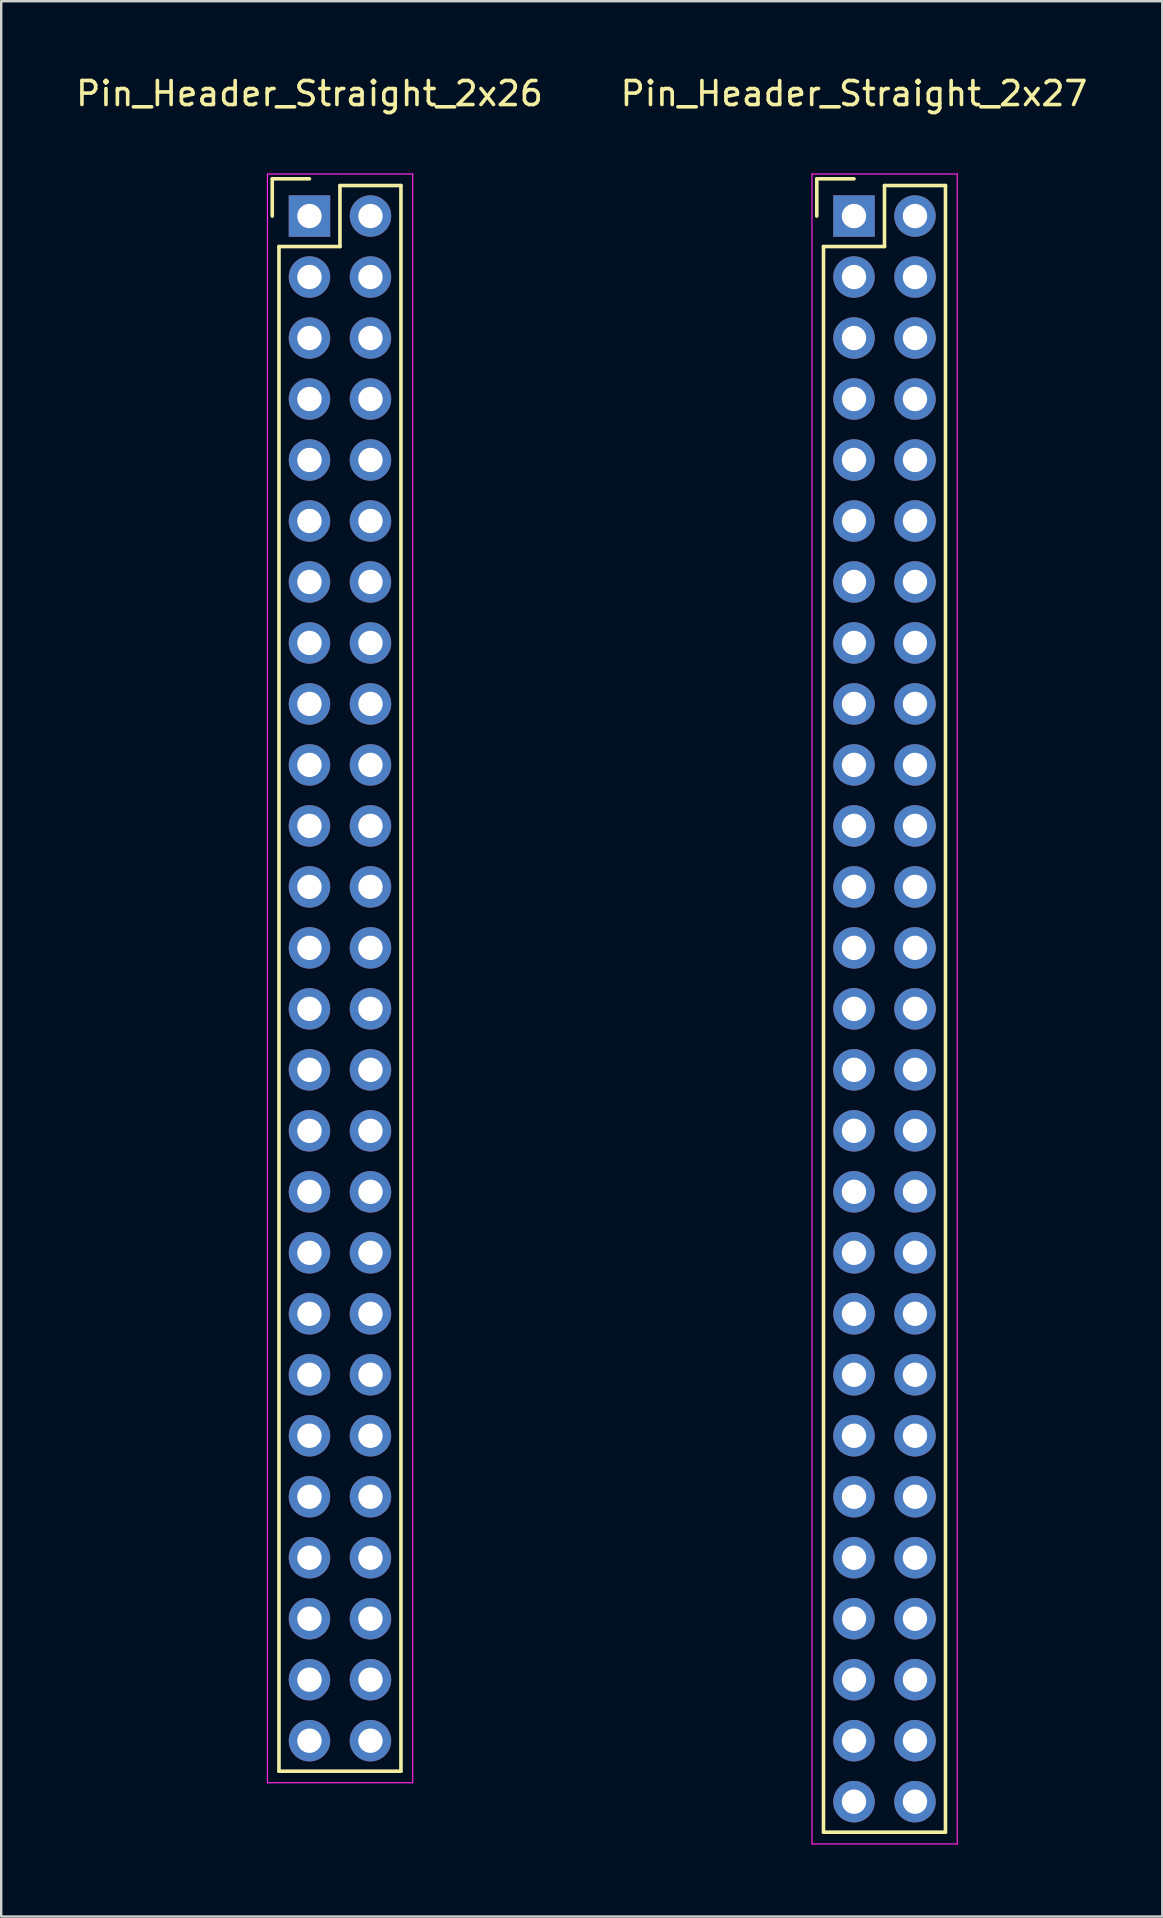
<source format=kicad_pcb>
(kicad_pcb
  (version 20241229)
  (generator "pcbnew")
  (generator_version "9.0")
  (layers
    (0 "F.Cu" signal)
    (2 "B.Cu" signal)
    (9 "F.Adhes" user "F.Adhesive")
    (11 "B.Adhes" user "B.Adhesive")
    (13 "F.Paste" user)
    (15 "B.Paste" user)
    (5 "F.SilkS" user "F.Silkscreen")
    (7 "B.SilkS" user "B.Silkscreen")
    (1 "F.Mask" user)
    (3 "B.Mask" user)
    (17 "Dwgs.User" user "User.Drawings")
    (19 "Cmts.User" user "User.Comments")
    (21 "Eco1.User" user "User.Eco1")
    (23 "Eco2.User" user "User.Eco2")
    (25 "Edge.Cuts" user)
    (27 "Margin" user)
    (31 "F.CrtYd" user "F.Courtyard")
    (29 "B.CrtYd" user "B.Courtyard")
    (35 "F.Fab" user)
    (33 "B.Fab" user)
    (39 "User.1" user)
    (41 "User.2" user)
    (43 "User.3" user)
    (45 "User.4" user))
  (footprint "Pin_Header_Straight_2x26"
    (layer "F.Cu")
    (at 9.839 5.948)
    (property "Reference" "Pin_Header_Straight_2x26" (at 0 -5.1 0) (layer "F.SilkS") (effects (font (size 1 1) (thickness 0.15))))
    (attr through_hole)
    (fp_line (start -1.55 -1.55) (end -1.55 0) (stroke (width 0.15) (type solid)) (layer "F.SilkS"))
    (fp_line (start -1.27 64.77) (end -1.27 1.27) (stroke (width 0.15) (type solid)) (layer "F.SilkS"))
    (fp_line (start 0 -1.55) (end -1.55 -1.55) (stroke (width 0.15) (type solid)) (layer "F.SilkS"))
    (fp_line (start 1.27 -1.27) (end 1.27 1.27) (stroke (width 0.15) (type solid)) (layer "F.SilkS"))
    (fp_line (start 1.27 1.27) (end -1.27 1.27) (stroke (width 0.15) (type solid)) (layer "F.SilkS"))
    (fp_line (start 3.81 -1.27) (end 1.27 -1.27) (stroke (width 0.15) (type solid)) (layer "F.SilkS"))
    (fp_line (start 3.81 -1.27) (end 3.81 64.77) (stroke (width 0.15) (type solid)) (layer "F.SilkS"))
    (fp_line (start 3.81 64.77) (end -1.27 64.77) (stroke (width 0.15) (type solid)) (layer "F.SilkS"))
    (fp_line (start -1.75 -1.75) (end -1.75 65.25) (stroke (width 0.05) (type solid)) (layer "F.CrtYd"))
    (fp_line (start -1.75 -1.75) (end 4.3 -1.75) (stroke (width 0.05) (type solid)) (layer "F.CrtYd"))
    (fp_line (start -1.75 65.25) (end 4.3 65.25) (stroke (width 0.05) (type solid)) (layer "F.CrtYd"))
    (fp_line (start 4.3 -1.75) (end 4.3 65.25) (stroke (width 0.05) (type solid)) (layer "F.CrtYd"))
    (pad "1" thru_hole rect (at 0 0) (size 1.727 1.727) (drill 1.016) (layers "*.Cu" "*.Mask"))
    (pad "2" thru_hole oval (at 2.54 0) (size 1.727 1.727) (drill 1.016) (layers "*.Cu" "*.Mask"))
    (pad "3" thru_hole oval (at 0 2.54) (size 1.727 1.727) (drill 1.016) (layers "*.Cu" "*.Mask"))
    (pad "4" thru_hole oval (at 2.54 2.54) (size 1.727 1.727) (drill 1.016) (layers "*.Cu" "*.Mask"))
    (pad "5" thru_hole oval (at 0 5.08) (size 1.727 1.727) (drill 1.016) (layers "*.Cu" "*.Mask"))
    (pad "6" thru_hole oval (at 2.54 5.08) (size 1.727 1.727) (drill 1.016) (layers "*.Cu" "*.Mask"))
    (pad "7" thru_hole oval (at 0 7.62) (size 1.727 1.727) (drill 1.016) (layers "*.Cu" "*.Mask"))
    (pad "8" thru_hole oval (at 2.54 7.62) (size 1.727 1.727) (drill 1.016) (layers "*.Cu" "*.Mask"))
    (pad "9" thru_hole oval (at 0 10.16) (size 1.727 1.727) (drill 1.016) (layers "*.Cu" "*.Mask"))
    (pad "10" thru_hole oval (at 2.54 10.16) (size 1.727 1.727) (drill 1.016) (layers "*.Cu" "*.Mask"))
    (pad "11" thru_hole oval (at 0 12.7) (size 1.727 1.727) (drill 1.016) (layers "*.Cu" "*.Mask"))
    (pad "12" thru_hole oval (at 2.54 12.7) (size 1.727 1.727) (drill 1.016) (layers "*.Cu" "*.Mask"))
    (pad "13" thru_hole oval (at 0 15.24) (size 1.727 1.727) (drill 1.016) (layers "*.Cu" "*.Mask"))
    (pad "14" thru_hole oval (at 2.54 15.24) (size 1.727 1.727) (drill 1.016) (layers "*.Cu" "*.Mask"))
    (pad "15" thru_hole oval (at 0 17.78) (size 1.727 1.727) (drill 1.016) (layers "*.Cu" "*.Mask"))
    (pad "16" thru_hole oval (at 2.54 17.78) (size 1.727 1.727) (drill 1.016) (layers "*.Cu" "*.Mask"))
    (pad "17" thru_hole oval (at 0 20.32) (size 1.727 1.727) (drill 1.016) (layers "*.Cu" "*.Mask"))
    (pad "18" thru_hole oval (at 2.54 20.32) (size 1.727 1.727) (drill 1.016) (layers "*.Cu" "*.Mask"))
    (pad "19" thru_hole oval (at 0 22.86) (size 1.727 1.727) (drill 1.016) (layers "*.Cu" "*.Mask"))
    (pad "20" thru_hole oval (at 2.54 22.86) (size 1.727 1.727) (drill 1.016) (layers "*.Cu" "*.Mask"))
    (pad "21" thru_hole oval (at 0 25.4) (size 1.727 1.727) (drill 1.016) (layers "*.Cu" "*.Mask"))
    (pad "22" thru_hole oval (at 2.54 25.4) (size 1.727 1.727) (drill 1.016) (layers "*.Cu" "*.Mask"))
    (pad "23" thru_hole oval (at 0 27.94) (size 1.727 1.727) (drill 1.016) (layers "*.Cu" "*.Mask"))
    (pad "24" thru_hole oval (at 2.54 27.94) (size 1.727 1.727) (drill 1.016) (layers "*.Cu" "*.Mask"))
    (pad "25" thru_hole oval (at 0 30.48) (size 1.727 1.727) (drill 1.016) (layers "*.Cu" "*.Mask"))
    (pad "26" thru_hole oval (at 2.54 30.48) (size 1.727 1.727) (drill 1.016) (layers "*.Cu" "*.Mask"))
    (pad "27" thru_hole oval (at 0 33.02) (size 1.727 1.727) (drill 1.016) (layers "*.Cu" "*.Mask"))
    (pad "28" thru_hole oval (at 2.54 33.02) (size 1.727 1.727) (drill 1.016) (layers "*.Cu" "*.Mask"))
    (pad "29" thru_hole oval (at 0 35.56) (size 1.727 1.727) (drill 1.016) (layers "*.Cu" "*.Mask"))
    (pad "30" thru_hole oval (at 2.54 35.56) (size 1.727 1.727) (drill 1.016) (layers "*.Cu" "*.Mask"))
    (pad "31" thru_hole oval (at 0 38.1) (size 1.727 1.727) (drill 1.016) (layers "*.Cu" "*.Mask"))
    (pad "32" thru_hole oval (at 2.54 38.1) (size 1.727 1.727) (drill 1.016) (layers "*.Cu" "*.Mask"))
    (pad "33" thru_hole oval (at 0 40.64) (size 1.727 1.727) (drill 1.016) (layers "*.Cu" "*.Mask"))
    (pad "34" thru_hole oval (at 2.54 40.64) (size 1.727 1.727) (drill 1.016) (layers "*.Cu" "*.Mask"))
    (pad "35" thru_hole oval (at 0 43.18) (size 1.727 1.727) (drill 1.016) (layers "*.Cu" "*.Mask"))
    (pad "36" thru_hole oval (at 2.54 43.18) (size 1.727 1.727) (drill 1.016) (layers "*.Cu" "*.Mask"))
    (pad "37" thru_hole oval (at 0 45.72) (size 1.727 1.727) (drill 1.016) (layers "*.Cu" "*.Mask"))
    (pad "38" thru_hole oval (at 2.54 45.72) (size 1.727 1.727) (drill 1.016) (layers "*.Cu" "*.Mask"))
    (pad "39" thru_hole oval (at 0 48.26) (size 1.727 1.727) (drill 1.016) (layers "*.Cu" "*.Mask"))
    (pad "40" thru_hole oval (at 2.54 48.26) (size 1.727 1.727) (drill 1.016) (layers "*.Cu" "*.Mask"))
    (pad "41" thru_hole oval (at 0 50.8) (size 1.727 1.727) (drill 1.016) (layers "*.Cu" "*.Mask"))
    (pad "42" thru_hole oval (at 2.54 50.8) (size 1.727 1.727) (drill 1.016) (layers "*.Cu" "*.Mask"))
    (pad "43" thru_hole oval (at 0 53.34) (size 1.727 1.727) (drill 1.016) (layers "*.Cu" "*.Mask"))
    (pad "44" thru_hole oval (at 2.54 53.34) (size 1.727 1.727) (drill 1.016) (layers "*.Cu" "*.Mask"))
    (pad "45" thru_hole oval (at 0 55.88) (size 1.727 1.727) (drill 1.016) (layers "*.Cu" "*.Mask"))
    (pad "46" thru_hole oval (at 2.54 55.88) (size 1.727 1.727) (drill 1.016) (layers "*.Cu" "*.Mask"))
    (pad "47" thru_hole oval (at 0 58.42) (size 1.727 1.727) (drill 1.016) (layers "*.Cu" "*.Mask"))
    (pad "48" thru_hole oval (at 2.54 58.42) (size 1.727 1.727) (drill 1.016) (layers "*.Cu" "*.Mask"))
    (pad "49" thru_hole oval (at 0 60.96) (size 1.727 1.727) (drill 1.016) (layers "*.Cu" "*.Mask"))
    (pad "50" thru_hole oval (at 2.54 60.96) (size 1.727 1.727) (drill 1.016) (layers "*.Cu" "*.Mask"))
    (pad "51" thru_hole oval (at 0 63.5) (size 1.727 1.727) (drill 1.016) (layers "*.Cu" "*.Mask"))
    (pad "52" thru_hole oval (at 2.54 63.5) (size 1.727 1.727) (drill 1.016) (layers "*.Cu" "*.Mask")))
  (footprint "Pin_Header_Straight_2x27"
    (layer "F.Cu")
    (at 32.518 5.948)
    (property "Reference" "Pin_Header_Straight_2x27" (at 0 -5.1 0) (layer "F.SilkS") (effects (font (size 1 1) (thickness 0.15))))
    (attr through_hole)
    (fp_line (start -1.55 -1.55) (end -1.55 0) (stroke (width 0.15) (type solid)) (layer "F.SilkS"))
    (fp_line (start -1.27 1.27) (end -1.27 67.31) (stroke (width 0.15) (type solid)) (layer "F.SilkS"))
    (fp_line (start 0 -1.55) (end -1.55 -1.55) (stroke (width 0.15) (type solid)) (layer "F.SilkS"))
    (fp_line (start 1.27 -1.27) (end 1.27 1.27) (stroke (width 0.15) (type solid)) (layer "F.SilkS"))
    (fp_line (start 1.27 1.27) (end -1.27 1.27) (stroke (width 0.15) (type solid)) (layer "F.SilkS"))
    (fp_line (start 3.81 -1.27) (end 1.27 -1.27) (stroke (width 0.15) (type solid)) (layer "F.SilkS"))
    (fp_line (start 3.81 67.31) (end -1.27 67.31) (stroke (width 0.15) (type solid)) (layer "F.SilkS"))
    (fp_line (start 3.81 67.31) (end 3.81 -1.27) (stroke (width 0.15) (type solid)) (layer "F.SilkS"))
    (fp_line (start -1.75 -1.75) (end -1.75 67.8) (stroke (width 0.05) (type solid)) (layer "F.CrtYd"))
    (fp_line (start -1.75 -1.75) (end 4.3 -1.75) (stroke (width 0.05) (type solid)) (layer "F.CrtYd"))
    (fp_line (start -1.75 67.8) (end 4.3 67.8) (stroke (width 0.05) (type solid)) (layer "F.CrtYd"))
    (fp_line (start 4.3 -1.75) (end 4.3 67.8) (stroke (width 0.05) (type solid)) (layer "F.CrtYd"))
    (pad "1" thru_hole rect (at 0 0) (size 1.727 1.727) (drill 1.016) (layers "*.Cu" "*.Mask"))
    (pad "2" thru_hole oval (at 2.54 0) (size 1.727 1.727) (drill 1.016) (layers "*.Cu" "*.Mask"))
    (pad "3" thru_hole oval (at 0 2.54) (size 1.727 1.727) (drill 1.016) (layers "*.Cu" "*.Mask"))
    (pad "4" thru_hole oval (at 2.54 2.54) (size 1.727 1.727) (drill 1.016) (layers "*.Cu" "*.Mask"))
    (pad "5" thru_hole oval (at 0 5.08) (size 1.727 1.727) (drill 1.016) (layers "*.Cu" "*.Mask"))
    (pad "6" thru_hole oval (at 2.54 5.08) (size 1.727 1.727) (drill 1.016) (layers "*.Cu" "*.Mask"))
    (pad "7" thru_hole oval (at 0 7.62) (size 1.727 1.727) (drill 1.016) (layers "*.Cu" "*.Mask"))
    (pad "8" thru_hole oval (at 2.54 7.62) (size 1.727 1.727) (drill 1.016) (layers "*.Cu" "*.Mask"))
    (pad "9" thru_hole oval (at 0 10.16) (size 1.727 1.727) (drill 1.016) (layers "*.Cu" "*.Mask"))
    (pad "10" thru_hole oval (at 2.54 10.16) (size 1.727 1.727) (drill 1.016) (layers "*.Cu" "*.Mask"))
    (pad "11" thru_hole oval (at 0 12.7) (size 1.727 1.727) (drill 1.016) (layers "*.Cu" "*.Mask"))
    (pad "12" thru_hole oval (at 2.54 12.7) (size 1.727 1.727) (drill 1.016) (layers "*.Cu" "*.Mask"))
    (pad "13" thru_hole oval (at 0 15.24) (size 1.727 1.727) (drill 1.016) (layers "*.Cu" "*.Mask"))
    (pad "14" thru_hole oval (at 2.54 15.24) (size 1.727 1.727) (drill 1.016) (layers "*.Cu" "*.Mask"))
    (pad "15" thru_hole oval (at 0 17.78) (size 1.727 1.727) (drill 1.016) (layers "*.Cu" "*.Mask"))
    (pad "16" thru_hole oval (at 2.54 17.78) (size 1.727 1.727) (drill 1.016) (layers "*.Cu" "*.Mask"))
    (pad "17" thru_hole oval (at 0 20.32) (size 1.727 1.727) (drill 1.016) (layers "*.Cu" "*.Mask"))
    (pad "18" thru_hole oval (at 2.54 20.32) (size 1.727 1.727) (drill 1.016) (layers "*.Cu" "*.Mask"))
    (pad "19" thru_hole oval (at 0 22.86) (size 1.727 1.727) (drill 1.016) (layers "*.Cu" "*.Mask"))
    (pad "20" thru_hole oval (at 2.54 22.86) (size 1.727 1.727) (drill 1.016) (layers "*.Cu" "*.Mask"))
    (pad "21" thru_hole oval (at 0 25.4) (size 1.727 1.727) (drill 1.016) (layers "*.Cu" "*.Mask"))
    (pad "22" thru_hole oval (at 2.54 25.4) (size 1.727 1.727) (drill 1.016) (layers "*.Cu" "*.Mask"))
    (pad "23" thru_hole oval (at 0 27.94) (size 1.727 1.727) (drill 1.016) (layers "*.Cu" "*.Mask"))
    (pad "24" thru_hole oval (at 2.54 27.94) (size 1.727 1.727) (drill 1.016) (layers "*.Cu" "*.Mask"))
    (pad "25" thru_hole oval (at 0 30.48) (size 1.727 1.727) (drill 1.016) (layers "*.Cu" "*.Mask"))
    (pad "26" thru_hole oval (at 2.54 30.48) (size 1.727 1.727) (drill 1.016) (layers "*.Cu" "*.Mask"))
    (pad "27" thru_hole oval (at 0 33.02) (size 1.727 1.727) (drill 1.016) (layers "*.Cu" "*.Mask"))
    (pad "28" thru_hole oval (at 2.54 33.02) (size 1.727 1.727) (drill 1.016) (layers "*.Cu" "*.Mask"))
    (pad "29" thru_hole oval (at 0 35.56) (size 1.727 1.727) (drill 1.016) (layers "*.Cu" "*.Mask"))
    (pad "30" thru_hole oval (at 2.54 35.56) (size 1.727 1.727) (drill 1.016) (layers "*.Cu" "*.Mask"))
    (pad "31" thru_hole oval (at 0 38.1) (size 1.727 1.727) (drill 1.016) (layers "*.Cu" "*.Mask"))
    (pad "32" thru_hole oval (at 2.54 38.1) (size 1.727 1.727) (drill 1.016) (layers "*.Cu" "*.Mask"))
    (pad "33" thru_hole oval (at 0 40.64) (size 1.727 1.727) (drill 1.016) (layers "*.Cu" "*.Mask"))
    (pad "34" thru_hole oval (at 2.54 40.64) (size 1.727 1.727) (drill 1.016) (layers "*.Cu" "*.Mask"))
    (pad "35" thru_hole oval (at 0 43.18) (size 1.727 1.727) (drill 1.016) (layers "*.Cu" "*.Mask"))
    (pad "36" thru_hole oval (at 2.54 43.18) (size 1.727 1.727) (drill 1.016) (layers "*.Cu" "*.Mask"))
    (pad "37" thru_hole oval (at 0 45.72) (size 1.727 1.727) (drill 1.016) (layers "*.Cu" "*.Mask"))
    (pad "38" thru_hole oval (at 2.54 45.72) (size 1.727 1.727) (drill 1.016) (layers "*.Cu" "*.Mask"))
    (pad "39" thru_hole oval (at 0 48.26) (size 1.727 1.727) (drill 1.016) (layers "*.Cu" "*.Mask"))
    (pad "40" thru_hole oval (at 2.54 48.26) (size 1.727 1.727) (drill 1.016) (layers "*.Cu" "*.Mask"))
    (pad "41" thru_hole oval (at 0 50.8) (size 1.727 1.727) (drill 1.016) (layers "*.Cu" "*.Mask"))
    (pad "42" thru_hole oval (at 2.54 50.8) (size 1.727 1.727) (drill 1.016) (layers "*.Cu" "*.Mask"))
    (pad "43" thru_hole oval (at 0 53.34) (size 1.727 1.727) (drill 1.016) (layers "*.Cu" "*.Mask"))
    (pad "44" thru_hole oval (at 2.54 53.34) (size 1.727 1.727) (drill 1.016) (layers "*.Cu" "*.Mask"))
    (pad "45" thru_hole oval (at 0 55.88) (size 1.727 1.727) (drill 1.016) (layers "*.Cu" "*.Mask"))
    (pad "46" thru_hole oval (at 2.54 55.88) (size 1.727 1.727) (drill 1.016) (layers "*.Cu" "*.Mask"))
    (pad "47" thru_hole oval (at 0 58.42) (size 1.727 1.727) (drill 1.016) (layers "*.Cu" "*.Mask"))
    (pad "48" thru_hole oval (at 2.54 58.42) (size 1.727 1.727) (drill 1.016) (layers "*.Cu" "*.Mask"))
    (pad "49" thru_hole oval (at 0 60.96) (size 1.727 1.727) (drill 1.016) (layers "*.Cu" "*.Mask"))
    (pad "50" thru_hole oval (at 2.54 60.96) (size 1.727 1.727) (drill 1.016) (layers "*.Cu" "*.Mask"))
    (pad "51" thru_hole oval (at 0 63.5) (size 1.727 1.727) (drill 1.016) (layers "*.Cu" "*.Mask"))
    (pad "52" thru_hole oval (at 2.54 63.5) (size 1.727 1.727) (drill 1.016) (layers "*.Cu" "*.Mask"))
    (pad "53" thru_hole oval (at 0 66.04) (size 1.727 1.727) (drill 1.016) (layers "*.Cu" "*.Mask"))
    (pad "54" thru_hole oval (at 2.54 66.04) (size 1.727 1.727) (drill 1.016) (layers "*.Cu" "*.Mask")))
  (gr_rect
    (start -3 -3)
    (end 45.357 76.773)
    (stroke (width 0.1) (type default))
    (fill no)
    (layer "Edge.Cuts")))
</source>
